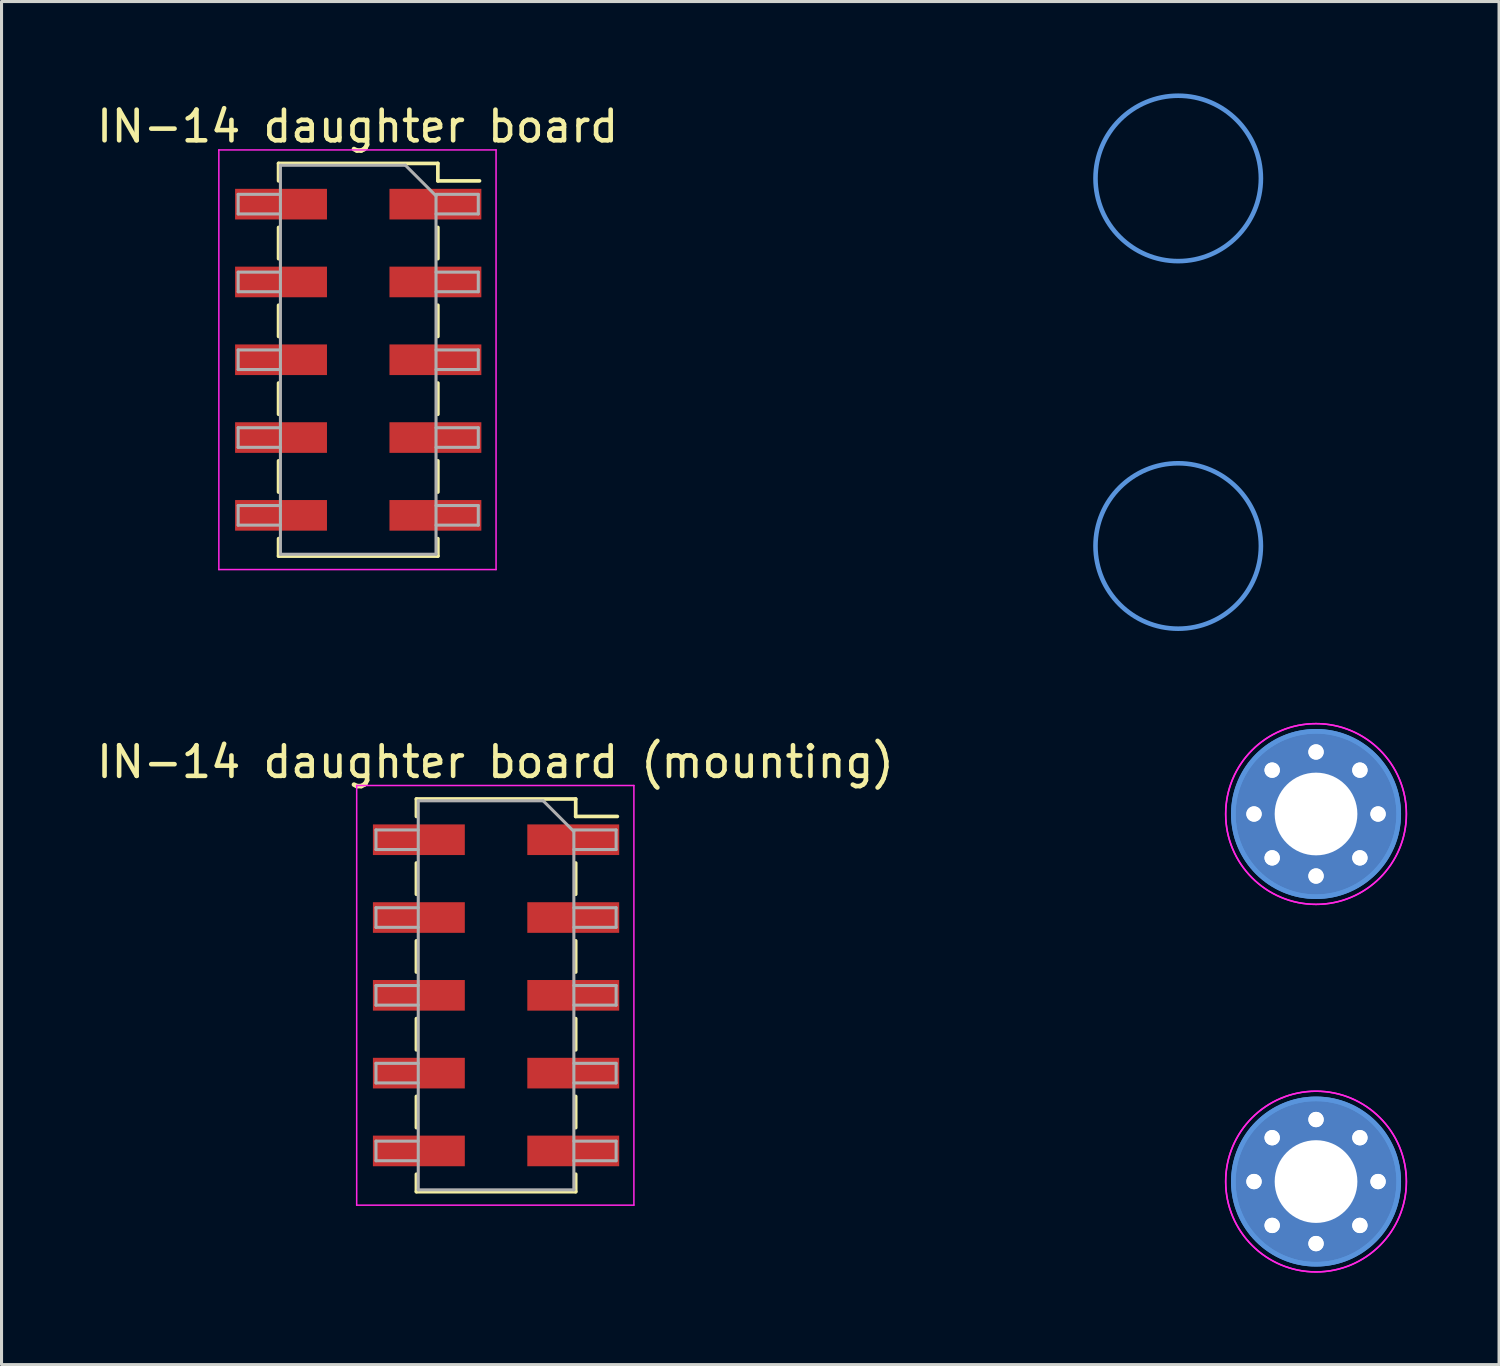
<source format=kicad_pcb>
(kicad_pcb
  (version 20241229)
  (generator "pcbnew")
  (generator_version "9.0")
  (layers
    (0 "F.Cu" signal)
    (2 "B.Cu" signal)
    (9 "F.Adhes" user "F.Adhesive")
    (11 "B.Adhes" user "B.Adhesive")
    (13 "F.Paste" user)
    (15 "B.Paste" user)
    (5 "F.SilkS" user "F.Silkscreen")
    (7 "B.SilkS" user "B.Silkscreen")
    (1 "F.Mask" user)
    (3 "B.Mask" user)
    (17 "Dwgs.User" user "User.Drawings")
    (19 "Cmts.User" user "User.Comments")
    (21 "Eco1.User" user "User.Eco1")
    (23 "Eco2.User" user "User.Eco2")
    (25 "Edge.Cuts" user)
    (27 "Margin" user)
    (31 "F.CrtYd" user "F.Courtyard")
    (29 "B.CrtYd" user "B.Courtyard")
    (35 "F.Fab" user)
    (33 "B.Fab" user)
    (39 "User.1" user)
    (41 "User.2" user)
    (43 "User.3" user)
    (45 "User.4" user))
  (footprint "IN-14 daughter board (mounting)"
    (layer "F.Cu")
    (at 13.125 29.445)
    (property "Reference" "IN-14 daughter board (mounting)" (at 0 -7.62 180) (layer "F.SilkS") (effects (font (size 1 1) (thickness 0.15))))
    (attr smd)
    (fp_line (start -2.58 -6.41) (end -2.58 -5.84) (stroke (width 0.12) (type solid)) (layer "F.SilkS"))
    (fp_line (start -2.58 -6.41) (end 2.62 -6.41) (stroke (width 0.12) (type solid)) (layer "F.SilkS"))
    (fp_line (start -2.58 -4.32) (end -2.58 -3.3) (stroke (width 0.12) (type solid)) (layer "F.SilkS"))
    (fp_line (start -2.58 -1.78) (end -2.58 -0.76) (stroke (width 0.12) (type solid)) (layer "F.SilkS"))
    (fp_line (start -2.58 0.76) (end -2.58 1.78) (stroke (width 0.12) (type solid)) (layer "F.SilkS"))
    (fp_line (start -2.58 3.3) (end -2.58 4.32) (stroke (width 0.12) (type solid)) (layer "F.SilkS"))
    (fp_line (start -2.58 5.84) (end -2.58 6.41) (stroke (width 0.12) (type solid)) (layer "F.SilkS"))
    (fp_line (start -2.58 6.41) (end 2.62 6.41) (stroke (width 0.12) (type solid)) (layer "F.SilkS"))
    (fp_line (start 2.62 -6.41) (end 2.62 -5.84) (stroke (width 0.12) (type solid)) (layer "F.SilkS"))
    (fp_line (start 2.62 -5.84) (end 3.98 -5.84) (stroke (width 0.12) (type solid)) (layer "F.SilkS"))
    (fp_line (start 2.62 -4.32) (end 2.62 -3.3) (stroke (width 0.12) (type solid)) (layer "F.SilkS"))
    (fp_line (start 2.62 -1.78) (end 2.62 -0.76) (stroke (width 0.12) (type solid)) (layer "F.SilkS"))
    (fp_line (start 2.62 0.76) (end 2.62 1.78) (stroke (width 0.12) (type solid)) (layer "F.SilkS"))
    (fp_line (start 2.62 3.3) (end 2.62 4.32) (stroke (width 0.12) (type solid)) (layer "F.SilkS"))
    (fp_line (start 2.62 5.84) (end 2.62 6.41) (stroke (width 0.12) (type solid)) (layer "F.SilkS"))
    (fp_circle (center 26.79 -5.92) (end 26.79 -3.22) (stroke (width 0.15) (type solid)) (fill no) (layer "Cmts.User"))
    (fp_circle (center 26.79 -5.92) (end 26.79 -3.22) (stroke (width 0.15) (type solid)) (fill no) (layer "Cmts.User"))
    (fp_circle (center 26.79 6.08) (end 26.79 8.78) (stroke (width 0.15) (type solid)) (fill no) (layer "Cmts.User"))
    (fp_circle (center 26.79 6.08) (end 26.79 8.78) (stroke (width 0.15) (type solid)) (fill no) (layer "Cmts.User"))
    (fp_line (start -4.53 -6.85) (end 4.52 -6.85) (stroke (width 0.05) (type solid)) (layer "F.CrtYd"))
    (fp_line (start -4.53 6.85) (end -4.53 -6.85) (stroke (width 0.05) (type solid)) (layer "F.CrtYd"))
    (fp_line (start 4.52 -6.85) (end 4.52 6.85) (stroke (width 0.05) (type solid)) (layer "F.CrtYd"))
    (fp_line (start 4.52 6.85) (end -4.53 6.85) (stroke (width 0.05) (type solid)) (layer "F.CrtYd"))
    (fp_circle (center 26.79 -5.92) (end 26.79 -2.97) (stroke (width 0.05) (type solid)) (fill no) (layer "F.CrtYd"))
    (fp_circle (center 26.79 -5.92) (end 26.79 -2.97) (stroke (width 0.05) (type solid)) (fill no) (layer "F.CrtYd"))
    (fp_circle (center 26.79 6.08) (end 26.79 9.03) (stroke (width 0.05) (type solid)) (fill no) (layer "F.CrtYd"))
    (fp_circle (center 26.79 6.08) (end 26.79 9.03) (stroke (width 0.05) (type solid)) (fill no) (layer "F.CrtYd"))
    (fp_line (start -3.9 -5.4) (end -2.52 -5.4) (stroke (width 0.1) (type solid)) (layer "F.Fab"))
    (fp_line (start -3.9 -4.76) (end -3.9 -5.4) (stroke (width 0.1) (type solid)) (layer "F.Fab"))
    (fp_line (start -3.9 -2.86) (end -2.52 -2.86) (stroke (width 0.1) (type solid)) (layer "F.Fab"))
    (fp_line (start -3.9 -2.22) (end -3.9 -2.86) (stroke (width 0.1) (type solid)) (layer "F.Fab"))
    (fp_line (start -3.9 -0.32) (end -2.52 -0.32) (stroke (width 0.1) (type solid)) (layer "F.Fab"))
    (fp_line (start -3.9 0.32) (end -3.9 -0.32) (stroke (width 0.1) (type solid)) (layer "F.Fab"))
    (fp_line (start -3.9 2.22) (end -2.52 2.22) (stroke (width 0.1) (type solid)) (layer "F.Fab"))
    (fp_line (start -3.9 2.86) (end -3.9 2.22) (stroke (width 0.1) (type solid)) (layer "F.Fab"))
    (fp_line (start -3.9 4.76) (end -2.52 4.76) (stroke (width 0.1) (type solid)) (layer "F.Fab"))
    (fp_line (start -3.9 5.4) (end -3.9 4.76) (stroke (width 0.1) (type solid)) (layer "F.Fab"))
    (fp_line (start -2.52 -6.35) (end 1.56 -6.35) (stroke (width 0.1) (type solid)) (layer "F.Fab"))
    (fp_line (start -2.52 -4.76) (end -3.9 -4.76) (stroke (width 0.1) (type solid)) (layer "F.Fab"))
    (fp_line (start -2.52 -2.22) (end -3.9 -2.22) (stroke (width 0.1) (type solid)) (layer "F.Fab"))
    (fp_line (start -2.52 0.32) (end -3.9 0.32) (stroke (width 0.1) (type solid)) (layer "F.Fab"))
    (fp_line (start -2.52 2.86) (end -3.9 2.86) (stroke (width 0.1) (type solid)) (layer "F.Fab"))
    (fp_line (start -2.52 5.4) (end -3.9 5.4) (stroke (width 0.1) (type solid)) (layer "F.Fab"))
    (fp_line (start -2.52 6.35) (end -2.52 -6.35) (stroke (width 0.1) (type solid)) (layer "F.Fab"))
    (fp_line (start 1.56 -6.35) (end 2.56 -5.35) (stroke (width 0.1) (type solid)) (layer "F.Fab"))
    (fp_line (start 2.56 -5.4) (end 3.94 -5.4) (stroke (width 0.1) (type solid)) (layer "F.Fab"))
    (fp_line (start 2.56 -5.35) (end 2.56 6.35) (stroke (width 0.1) (type solid)) (layer "F.Fab"))
    (fp_line (start 2.56 -2.86) (end 3.94 -2.86) (stroke (width 0.1) (type solid)) (layer "F.Fab"))
    (fp_line (start 2.56 -0.32) (end 3.94 -0.32) (stroke (width 0.1) (type solid)) (layer "F.Fab"))
    (fp_line (start 2.56 2.22) (end 3.94 2.22) (stroke (width 0.1) (type solid)) (layer "F.Fab"))
    (fp_line (start 2.56 4.76) (end 3.94 4.76) (stroke (width 0.1) (type solid)) (layer "F.Fab"))
    (fp_line (start 2.56 6.35) (end -2.52 6.35) (stroke (width 0.1) (type solid)) (layer "F.Fab"))
    (fp_line (start 3.94 -5.4) (end 3.94 -4.76) (stroke (width 0.1) (type solid)) (layer "F.Fab"))
    (fp_line (start 3.94 -4.76) (end 2.56 -4.76) (stroke (width 0.1) (type solid)) (layer "F.Fab"))
    (fp_line (start 3.94 -2.86) (end 3.94 -2.22) (stroke (width 0.1) (type solid)) (layer "F.Fab"))
    (fp_line (start 3.94 -2.22) (end 2.56 -2.22) (stroke (width 0.1) (type solid)) (layer "F.Fab"))
    (fp_line (start 3.94 -0.32) (end 3.94 0.32) (stroke (width 0.1) (type solid)) (layer "F.Fab"))
    (fp_line (start 3.94 0.32) (end 2.56 0.32) (stroke (width 0.1) (type solid)) (layer "F.Fab"))
    (fp_line (start 3.94 2.22) (end 3.94 2.86) (stroke (width 0.1) (type solid)) (layer "F.Fab"))
    (fp_line (start 3.94 2.86) (end 2.56 2.86) (stroke (width 0.1) (type solid)) (layer "F.Fab"))
    (fp_line (start 3.94 4.76) (end 3.94 5.4) (stroke (width 0.1) (type solid)) (layer "F.Fab"))
    (fp_line (start 3.94 5.4) (end 2.56 5.4) (stroke (width 0.1) (type solid)) (layer "F.Fab"))
    (pad "1" smd rect (at 2.54 -5.08) (size 3 1) (layers "F.Cu" "F.Mask" "F.Paste"))
    (pad "2" smd rect (at -2.5 -5.08) (size 3 1) (layers "F.Cu" "F.Mask" "F.Paste"))
    (pad "3" smd rect (at 2.54 -2.54) (size 3 1) (layers "F.Cu" "F.Mask" "F.Paste"))
    (pad "4" smd rect (at -2.5 -2.54) (size 3 1) (layers "F.Cu" "F.Mask" "F.Paste"))
    (pad "5" smd rect (at 2.54 0) (size 3 1) (layers "F.Cu" "F.Mask" "F.Paste"))
    (pad "5" thru_hole circle (at 24.765 -5.92 270) (size 0.8 0.8) (drill 0.5) (layers "*.Cu" "*.Mask"))
    (pad "5" thru_hole circle (at 24.765 -5.92 270) (size 0.8 0.8) (drill 0.5) (layers "*.Cu" "*.Mask"))
    (pad "5" thru_hole circle (at 24.765 6.08 270) (size 0.8 0.8) (drill 0.5) (layers "*.Cu" "*.Mask"))
    (pad "5" thru_hole circle (at 24.765 6.08 270) (size 0.8 0.8) (drill 0.5) (layers "*.Cu" "*.Mask"))
    (pad "5" thru_hole circle (at 25.358 -7.352 270) (size 0.8 0.8) (drill 0.5) (layers "*.Cu" "*.Mask"))
    (pad "5" thru_hole circle (at 25.358 -7.352 270) (size 0.8 0.8) (drill 0.5) (layers "*.Cu" "*.Mask"))
    (pad "5" thru_hole circle (at 25.358 -4.488 270) (size 0.8 0.8) (drill 0.5) (layers "*.Cu" "*.Mask"))
    (pad "5" thru_hole circle (at 25.358 -4.488 270) (size 0.8 0.8) (drill 0.5) (layers "*.Cu" "*.Mask"))
    (pad "5" thru_hole circle (at 25.358 4.648 270) (size 0.8 0.8) (drill 0.5) (layers "*.Cu" "*.Mask"))
    (pad "5" thru_hole circle (at 25.358 4.648 270) (size 0.8 0.8) (drill 0.5) (layers "*.Cu" "*.Mask"))
    (pad "5" thru_hole circle (at 25.358 7.512 270) (size 0.8 0.8) (drill 0.5) (layers "*.Cu" "*.Mask"))
    (pad "5" thru_hole circle (at 25.358 7.512 270) (size 0.8 0.8) (drill 0.5) (layers "*.Cu" "*.Mask"))
    (pad "5" thru_hole circle (at 26.79 -7.945 270) (size 0.8 0.8) (drill 0.5) (layers "*.Cu" "*.Mask"))
    (pad "5" thru_hole circle (at 26.79 -7.945 270) (size 0.8 0.8) (drill 0.5) (layers "*.Cu" "*.Mask"))
    (pad "5" thru_hole circle (at 26.79 -5.92 270) (size 5.4 5.4) (drill 2.7) (layers "*.Cu" "*.Mask"))
    (pad "5" thru_hole circle (at 26.79 -3.895 270) (size 0.8 0.8) (drill 0.5) (layers "*.Cu" "*.Mask"))
    (pad "5" thru_hole circle (at 26.79 -3.895 270) (size 0.8 0.8) (drill 0.5) (layers "*.Cu" "*.Mask"))
    (pad "5" thru_hole circle (at 26.79 4.055 270) (size 0.8 0.8) (drill 0.5) (layers "*.Cu" "*.Mask"))
    (pad "5" thru_hole circle (at 26.79 4.055 270) (size 0.8 0.8) (drill 0.5) (layers "*.Cu" "*.Mask"))
    (pad "5" thru_hole circle (at 26.79 6.08 270) (size 5.4 5.4) (drill 2.7) (layers "*.Cu" "*.Mask"))
    (pad "5" thru_hole circle (at 26.79 8.105 270) (size 0.8 0.8) (drill 0.5) (layers "*.Cu" "*.Mask"))
    (pad "5" thru_hole circle (at 26.79 8.105 270) (size 0.8 0.8) (drill 0.5) (layers "*.Cu" "*.Mask"))
    (pad "5" thru_hole circle (at 28.222 -7.352 270) (size 0.8 0.8) (drill 0.5) (layers "*.Cu" "*.Mask"))
    (pad "5" thru_hole circle (at 28.222 -7.352 270) (size 0.8 0.8) (drill 0.5) (layers "*.Cu" "*.Mask"))
    (pad "5" thru_hole circle (at 28.222 -4.488 270) (size 0.8 0.8) (drill 0.5) (layers "*.Cu" "*.Mask"))
    (pad "5" thru_hole circle (at 28.222 -4.488 270) (size 0.8 0.8) (drill 0.5) (layers "*.Cu" "*.Mask"))
    (pad "5" thru_hole circle (at 28.222 4.648 270) (size 0.8 0.8) (drill 0.5) (layers "*.Cu" "*.Mask"))
    (pad "5" thru_hole circle (at 28.222 4.648 270) (size 0.8 0.8) (drill 0.5) (layers "*.Cu" "*.Mask"))
    (pad "5" thru_hole circle (at 28.222 7.512 270) (size 0.8 0.8) (drill 0.5) (layers "*.Cu" "*.Mask"))
    (pad "5" thru_hole circle (at 28.222 7.512 270) (size 0.8 0.8) (drill 0.5) (layers "*.Cu" "*.Mask"))
    (pad "5" thru_hole circle (at 28.815 -5.92 270) (size 0.8 0.8) (drill 0.5) (layers "*.Cu" "*.Mask"))
    (pad "5" thru_hole circle (at 28.815 -5.92 270) (size 0.8 0.8) (drill 0.5) (layers "*.Cu" "*.Mask"))
    (pad "5" thru_hole circle (at 28.815 6.08 270) (size 0.8 0.8) (drill 0.5) (layers "*.Cu" "*.Mask"))
    (pad "5" thru_hole circle (at 28.815 6.08 270) (size 0.8 0.8) (drill 0.5) (layers "*.Cu" "*.Mask"))
    (pad "6" smd rect (at -2.5 0) (size 3 1) (layers "F.Cu" "F.Mask" "F.Paste"))
    (pad "7" smd rect (at 2.54 2.54) (size 3 1) (layers "F.Cu" "F.Mask" "F.Paste"))
    (pad "8" smd rect (at -2.5 2.54) (size 3 1) (layers "F.Cu" "F.Mask" "F.Paste"))
    (pad "9" smd rect (at 2.54 5.08) (size 3 1) (layers "F.Cu" "F.Mask" "F.Paste"))
    (pad "10" smd rect (at -2.5 5.08) (size 3 1) (layers "F.Cu" "F.Mask" "F.Paste")))
  (footprint "IN-14 daughter board"
    (layer "F.Cu")
    (at 8.625 8.695)
    (property "Reference" "IN-14 daughter board" (at 0 -7.62 180) (layer "F.SilkS") (effects (font (size 1 1) (thickness 0.15))))
    (attr smd)
    (fp_line (start -2.58 -6.41) (end -2.58 -5.84) (stroke (width 0.12) (type solid)) (layer "F.SilkS"))
    (fp_line (start -2.58 -6.41) (end 2.62 -6.41) (stroke (width 0.12) (type solid)) (layer "F.SilkS"))
    (fp_line (start -2.58 -4.32) (end -2.58 -3.3) (stroke (width 0.12) (type solid)) (layer "F.SilkS"))
    (fp_line (start -2.58 -1.78) (end -2.58 -0.76) (stroke (width 0.12) (type solid)) (layer "F.SilkS"))
    (fp_line (start -2.58 0.76) (end -2.58 1.78) (stroke (width 0.12) (type solid)) (layer "F.SilkS"))
    (fp_line (start -2.58 3.3) (end -2.58 4.32) (stroke (width 0.12) (type solid)) (layer "F.SilkS"))
    (fp_line (start -2.58 5.84) (end -2.58 6.41) (stroke (width 0.12) (type solid)) (layer "F.SilkS"))
    (fp_line (start -2.58 6.41) (end 2.62 6.41) (stroke (width 0.12) (type solid)) (layer "F.SilkS"))
    (fp_line (start 2.62 -6.41) (end 2.62 -5.84) (stroke (width 0.12) (type solid)) (layer "F.SilkS"))
    (fp_line (start 2.62 -5.84) (end 3.98 -5.84) (stroke (width 0.12) (type solid)) (layer "F.SilkS"))
    (fp_line (start 2.62 -4.32) (end 2.62 -3.3) (stroke (width 0.12) (type solid)) (layer "F.SilkS"))
    (fp_line (start 2.62 -1.78) (end 2.62 -0.76) (stroke (width 0.12) (type solid)) (layer "F.SilkS"))
    (fp_line (start 2.62 0.76) (end 2.62 1.78) (stroke (width 0.12) (type solid)) (layer "F.SilkS"))
    (fp_line (start 2.62 3.3) (end 2.62 4.32) (stroke (width 0.12) (type solid)) (layer "F.SilkS"))
    (fp_line (start 2.62 5.84) (end 2.62 6.41) (stroke (width 0.12) (type solid)) (layer "F.SilkS"))
    (fp_circle (center 26.79 -5.92) (end 26.79 -3.22) (stroke (width 0.15) (type solid)) (fill no) (layer "Cmts.User"))
    (fp_circle (center 26.79 6.08) (end 26.79 8.78) (stroke (width 0.15) (type solid)) (fill no) (layer "Cmts.User"))
    (fp_line (start -4.53 -6.85) (end 4.52 -6.85) (stroke (width 0.05) (type solid)) (layer "F.CrtYd"))
    (fp_line (start -4.53 6.85) (end -4.53 -6.85) (stroke (width 0.05) (type solid)) (layer "F.CrtYd"))
    (fp_line (start 4.52 -6.85) (end 4.52 6.85) (stroke (width 0.05) (type solid)) (layer "F.CrtYd"))
    (fp_line (start 4.52 6.85) (end -4.53 6.85) (stroke (width 0.05) (type solid)) (layer "F.CrtYd"))
    (fp_line (start -3.9 -5.4) (end -2.52 -5.4) (stroke (width 0.1) (type solid)) (layer "F.Fab"))
    (fp_line (start -3.9 -4.76) (end -3.9 -5.4) (stroke (width 0.1) (type solid)) (layer "F.Fab"))
    (fp_line (start -3.9 -2.86) (end -2.52 -2.86) (stroke (width 0.1) (type solid)) (layer "F.Fab"))
    (fp_line (start -3.9 -2.22) (end -3.9 -2.86) (stroke (width 0.1) (type solid)) (layer "F.Fab"))
    (fp_line (start -3.9 -0.32) (end -2.52 -0.32) (stroke (width 0.1) (type solid)) (layer "F.Fab"))
    (fp_line (start -3.9 0.32) (end -3.9 -0.32) (stroke (width 0.1) (type solid)) (layer "F.Fab"))
    (fp_line (start -3.9 2.22) (end -2.52 2.22) (stroke (width 0.1) (type solid)) (layer "F.Fab"))
    (fp_line (start -3.9 2.86) (end -3.9 2.22) (stroke (width 0.1) (type solid)) (layer "F.Fab"))
    (fp_line (start -3.9 4.76) (end -2.52 4.76) (stroke (width 0.1) (type solid)) (layer "F.Fab"))
    (fp_line (start -3.9 5.4) (end -3.9 4.76) (stroke (width 0.1) (type solid)) (layer "F.Fab"))
    (fp_line (start -2.52 -6.35) (end 1.56 -6.35) (stroke (width 0.1) (type solid)) (layer "F.Fab"))
    (fp_line (start -2.52 -4.76) (end -3.9 -4.76) (stroke (width 0.1) (type solid)) (layer "F.Fab"))
    (fp_line (start -2.52 -2.22) (end -3.9 -2.22) (stroke (width 0.1) (type solid)) (layer "F.Fab"))
    (fp_line (start -2.52 0.32) (end -3.9 0.32) (stroke (width 0.1) (type solid)) (layer "F.Fab"))
    (fp_line (start -2.52 2.86) (end -3.9 2.86) (stroke (width 0.1) (type solid)) (layer "F.Fab"))
    (fp_line (start -2.52 5.4) (end -3.9 5.4) (stroke (width 0.1) (type solid)) (layer "F.Fab"))
    (fp_line (start -2.52 6.35) (end -2.52 -6.35) (stroke (width 0.1) (type solid)) (layer "F.Fab"))
    (fp_line (start 1.56 -6.35) (end 2.56 -5.35) (stroke (width 0.1) (type solid)) (layer "F.Fab"))
    (fp_line (start 2.56 -5.4) (end 3.94 -5.4) (stroke (width 0.1) (type solid)) (layer "F.Fab"))
    (fp_line (start 2.56 -5.35) (end 2.56 6.35) (stroke (width 0.1) (type solid)) (layer "F.Fab"))
    (fp_line (start 2.56 -2.86) (end 3.94 -2.86) (stroke (width 0.1) (type solid)) (layer "F.Fab"))
    (fp_line (start 2.56 -0.32) (end 3.94 -0.32) (stroke (width 0.1) (type solid)) (layer "F.Fab"))
    (fp_line (start 2.56 2.22) (end 3.94 2.22) (stroke (width 0.1) (type solid)) (layer "F.Fab"))
    (fp_line (start 2.56 4.76) (end 3.94 4.76) (stroke (width 0.1) (type solid)) (layer "F.Fab"))
    (fp_line (start 2.56 6.35) (end -2.52 6.35) (stroke (width 0.1) (type solid)) (layer "F.Fab"))
    (fp_line (start 3.94 -5.4) (end 3.94 -4.76) (stroke (width 0.1) (type solid)) (layer "F.Fab"))
    (fp_line (start 3.94 -4.76) (end 2.56 -4.76) (stroke (width 0.1) (type solid)) (layer "F.Fab"))
    (fp_line (start 3.94 -2.86) (end 3.94 -2.22) (stroke (width 0.1) (type solid)) (layer "F.Fab"))
    (fp_line (start 3.94 -2.22) (end 2.56 -2.22) (stroke (width 0.1) (type solid)) (layer "F.Fab"))
    (fp_line (start 3.94 -0.32) (end 3.94 0.32) (stroke (width 0.1) (type solid)) (layer "F.Fab"))
    (fp_line (start 3.94 0.32) (end 2.56 0.32) (stroke (width 0.1) (type solid)) (layer "F.Fab"))
    (fp_line (start 3.94 2.22) (end 3.94 2.86) (stroke (width 0.1) (type solid)) (layer "F.Fab"))
    (fp_line (start 3.94 2.86) (end 2.56 2.86) (stroke (width 0.1) (type solid)) (layer "F.Fab"))
    (fp_line (start 3.94 4.76) (end 3.94 5.4) (stroke (width 0.1) (type solid)) (layer "F.Fab"))
    (fp_line (start 3.94 5.4) (end 2.56 5.4) (stroke (width 0.1) (type solid)) (layer "F.Fab"))
    (pad "1" smd rect (at 2.54 -5.08) (size 3 1) (layers "F.Cu" "F.Mask" "F.Paste"))
    (pad "2" smd rect (at -2.5 -5.08) (size 3 1) (layers "F.Cu" "F.Mask" "F.Paste"))
    (pad "3" smd rect (at 2.54 -2.54) (size 3 1) (layers "F.Cu" "F.Mask" "F.Paste"))
    (pad "4" smd rect (at -2.5 -2.54) (size 3 1) (layers "F.Cu" "F.Mask" "F.Paste"))
    (pad "5" smd rect (at 2.54 0) (size 3 1) (layers "F.Cu" "F.Mask" "F.Paste"))
    (pad "6" smd rect (at -2.5 0) (size 3 1) (layers "F.Cu" "F.Mask" "F.Paste"))
    (pad "7" smd rect (at 2.54 2.54) (size 3 1) (layers "F.Cu" "F.Mask" "F.Paste"))
    (pad "8" smd rect (at -2.5 2.54) (size 3 1) (layers "F.Cu" "F.Mask" "F.Paste"))
    (pad "9" smd rect (at 2.54 5.08) (size 3 1) (layers "F.Cu" "F.Mask" "F.Paste"))
    (pad "10" smd rect (at -2.5 5.08) (size 3 1) (layers "F.Cu" "F.Mask" "F.Paste")))
  (gr_rect
    (start -3 -3)
    (end 45.89 41.5)
    (stroke (width 0.1) (type default))
    (fill no)
    (layer "Edge.Cuts")))
</source>
